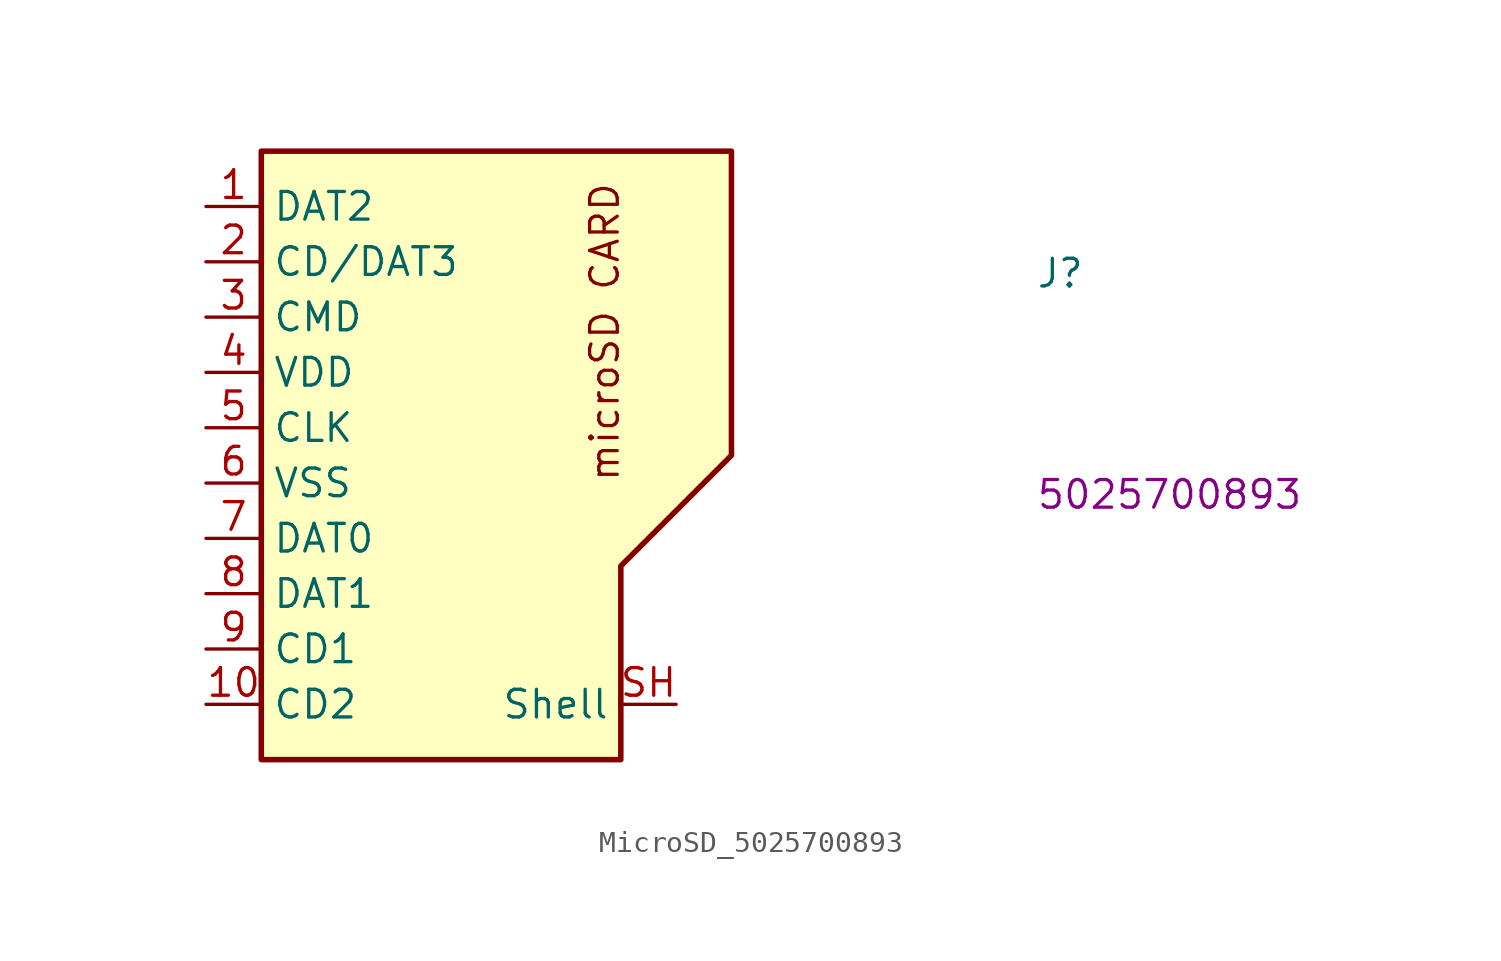
<source format=kicad_sym>
(kicad_symbol_lib
  (version 20220914)
  (generator kicad_symbol_editor)
  (symbol "MicroSD_5025700893"
    (property "Reference" "J"
      (at 38.1 -3.81 0)
      (effects (font (size 1.27 1.27) (thickness 0.15)) (justify left bottom)))
    (property "MPN" "5025700893"
      (at 38.1 -13.97 0)
      (effects (font (size 1.27 1.27) (thickness 0.15)) (justify left bottom)))
    (symbol "MicroSD_5025700893_1_1"
      (polyline (pts (xy 2.54 2.54) (xy 2.54 -25.4) (xy 10.16 -25.4) (xy 13.97 -25.4) (xy 19.05 -25.4) (xy 19.05 -16.51) (xy 24.13 -11.43) (xy 24.13 2.54) (xy 2.54 2.54)) (stroke (width 0.254) (type default)) (fill (type background)))
      (text "microSD CARD" (at 19.05 -12.7 900) (effects (font (size 1.27 1.27) (thickness 0.15)) (justify left bottom)))
      (pin bidirectional line (at 0 0 0) (length 2.54) (name "DAT2" (effects (font (size 1.27 1.27)))) (number "1" (effects (font (size 1.27 1.27)))))
      (pin passive line (at 0 -22.86 0) (length 2.54) (name "CD2" (effects (font (size 1.27 1.27)))) (number "10" (effects (font (size 1.27 1.27)))))
      (pin bidirectional line (at 0 -2.54 0) (length 2.54) (name "CD/DAT3" (effects (font (size 1.27 1.27)))) (number "2" (effects (font (size 1.27 1.27)))))
      (pin bidirectional line (at 0 -5.08 0) (length 2.54) (name "CMD" (effects (font (size 1.27 1.27)))) (number "3" (effects (font (size 1.27 1.27)))))
      (pin power_in line (at 0 -7.62 0) (length 2.54) (name "VDD" (effects (font (size 1.27 1.27)))) (number "4" (effects (font (size 1.27 1.27)))))
      (pin output line (at 0 -10.16 0) (length 2.54) (name "CLK" (effects (font (size 1.27 1.27)))) (number "5" (effects (font (size 1.27 1.27)))))
      (pin power_in line (at 0 -12.7 0) (length 2.54) (name "VSS" (effects (font (size 1.27 1.27)))) (number "6" (effects (font (size 1.27 1.27)))))
      (pin bidirectional line (at 0 -15.24 0) (length 2.54) (name "DAT0" (effects (font (size 1.27 1.27)))) (number "7" (effects (font (size 1.27 1.27)))))
      (pin bidirectional line (at 0 -17.78 0) (length 2.54) (name "DAT1" (effects (font (size 1.27 1.27)))) (number "8" (effects (font (size 1.27 1.27)))))
      (pin passive line (at 0 -20.32 0) (length 2.54) (name "CD1" (effects (font (size 1.27 1.27)))) (number "9" (effects (font (size 1.27 1.27)))))
      (pin passive line (at 21.59 -22.86 180) (length 2.54) (name "Shell" (effects (font (size 1.27 1.27)))) (number "SH" (effects (font (size 1.27 1.27))))))))
</source>
